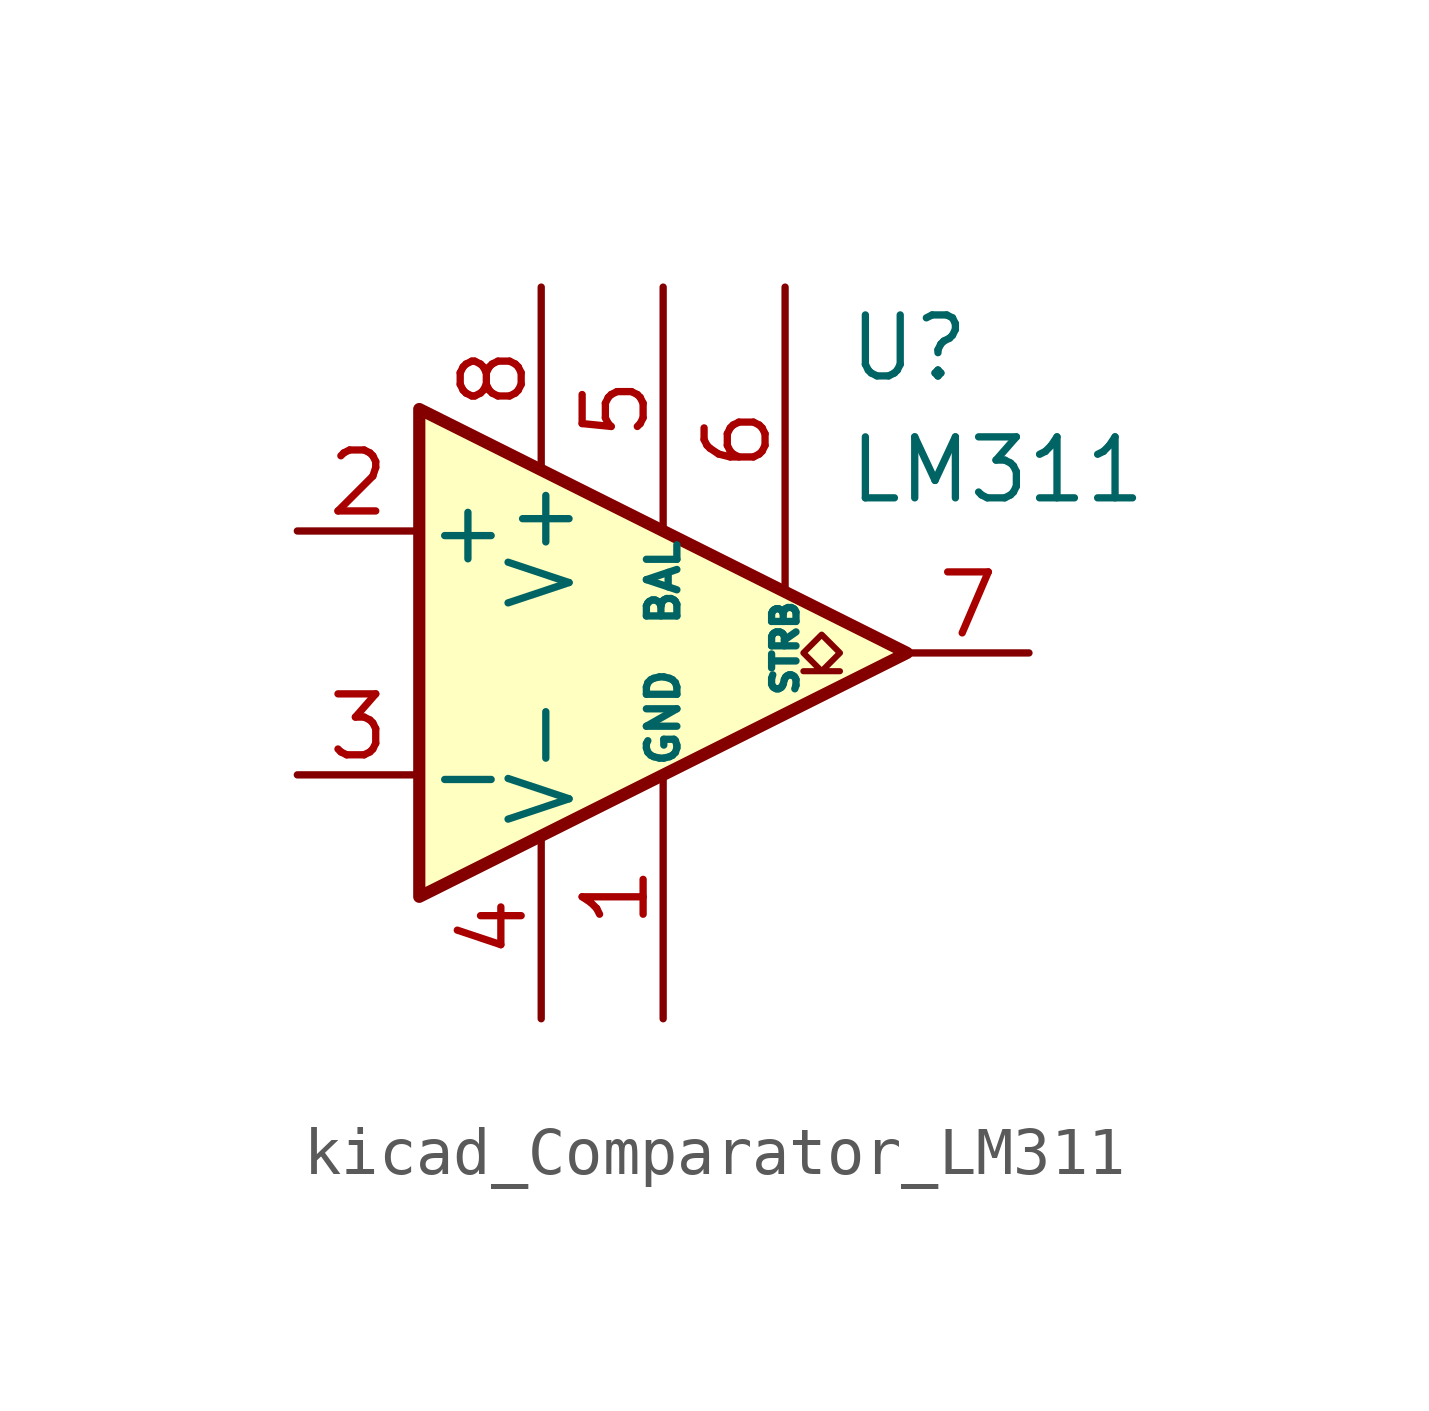
<source format=kicad_sym>
(kicad_symbol_lib
  (version 20220914)
  (generator kicad_symbol_editor)
  (symbol "kicad_Comparator_LM311"
    (pin_names
      (offset 0.127))
    (property "Reference" "U"
      (at 3.81 6.35 0)
      (effects (font (size 1.27 1.27)) (justify left)))
    (property "Value" "LM311"
      (at 3.81 3.81 0)
      (effects (font (size 1.27 1.27)) (justify left)))
    (symbol "kicad_Comparator_LM311_0_1"
      (polyline (pts (xy 5.08 0) (xy -5.08 5.08) (xy -5.08 -5.08) (xy 5.08 0)) (stroke (width 0.254) (type default)) (fill (type background)))
      (polyline (pts (xy 3.683 -0.381) (xy 3.302 -0.381) (xy 3.683 0) (xy 3.302 0.381) (xy 2.921 0) (xy 3.302 -0.381) (xy 2.921 -0.381)) (stroke (width 0.127) (type default)) (fill (type none))))
    (symbol "kicad_Comparator_LM311_1_1"
      (pin passive line (at 0 -7.62 90) (length 5.08) (name "GND" (effects (font (size 0.635 0.635)))) (number "1" (effects (font (size 1.27 1.27)))))
      (pin input line (at -7.62 2.54 0) (length 2.54) (name "+" (effects (font (size 1.27 1.27)))) (number "2" (effects (font (size 1.27 1.27)))))
      (pin input line (at -7.62 -2.54 0) (length 2.54) (name "-" (effects (font (size 1.27 1.27)))) (number "3" (effects (font (size 1.27 1.27)))))
      (pin power_in line (at -2.54 -7.62 90) (length 3.81) (name "V-" (effects (font (size 1.27 1.27)))) (number "4" (effects (font (size 1.27 1.27)))))
      (pin input line (at 0 7.62 270) (length 5.08) (name "BAL" (effects (font (size 0.635 0.635)))) (number "5" (effects (font (size 1.27 1.27)))))
      (pin input line (at 2.54 7.62 270) (length 6.35) (name "STRB" (effects (font (size 0.508 0.508)))) (number "6" (effects (font (size 1.27 1.27)))))
      (pin open_collector line (at 7.62 0 180) (length 2.54) (name "~" (effects (font (size 1.27 1.27)))) (number "7" (effects (font (size 1.27 1.27)))))
      (pin power_in line (at -2.54 7.62 270) (length 3.81) (name "V+" (effects (font (size 1.27 1.27)))) (number "8" (effects (font (size 1.27 1.27))))))))
</source>
